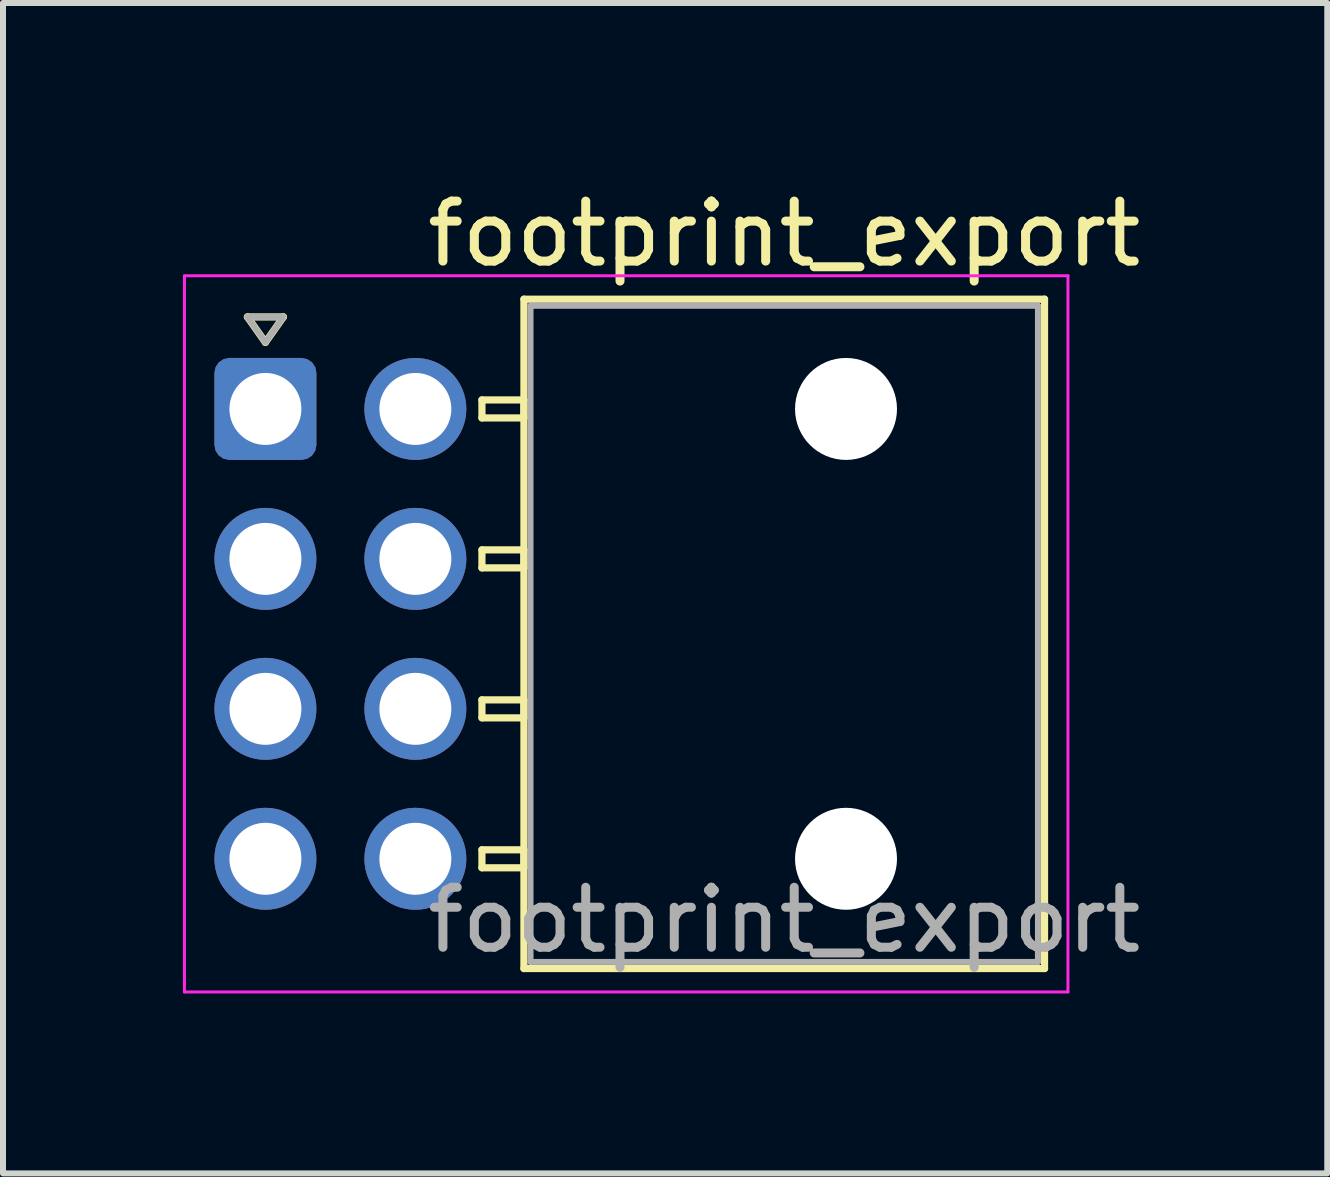
<source format=kicad_pcb>
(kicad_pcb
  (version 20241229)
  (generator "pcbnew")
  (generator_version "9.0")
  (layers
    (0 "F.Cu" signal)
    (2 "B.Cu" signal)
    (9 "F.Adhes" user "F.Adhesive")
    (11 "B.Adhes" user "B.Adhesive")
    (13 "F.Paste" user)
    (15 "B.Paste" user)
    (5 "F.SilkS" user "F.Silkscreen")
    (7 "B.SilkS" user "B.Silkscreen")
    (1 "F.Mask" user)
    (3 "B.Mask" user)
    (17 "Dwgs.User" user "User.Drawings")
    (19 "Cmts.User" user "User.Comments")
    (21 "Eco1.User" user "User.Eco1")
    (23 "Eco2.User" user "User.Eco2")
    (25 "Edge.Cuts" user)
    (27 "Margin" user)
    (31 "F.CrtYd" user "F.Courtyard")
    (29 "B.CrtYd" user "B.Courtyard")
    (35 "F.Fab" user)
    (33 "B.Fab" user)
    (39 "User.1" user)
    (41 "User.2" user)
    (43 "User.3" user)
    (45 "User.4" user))
  (footprint "footprint_export"
    (layer "F.Cu")
    (at 1.375 3.768)
    (property "Reference" "footprint_export" (at 8.65 -2.92 0) (layer "F.SilkS") (effects (font (size 1 1) (thickness 0.15))))
    (attr through_hole)
    (fp_line (start -0.3 -1.534) (end 0 -1.11) (stroke (width 0.12) (type solid)) (layer "F.SilkS"))
    (fp_line (start 0 -1.11) (end 0.3 -1.534) (stroke (width 0.12) (type solid)) (layer "F.SilkS"))
    (fp_line (start 0.3 -1.534) (end -0.3 -1.534) (stroke (width 0.12) (type solid)) (layer "F.SilkS"))
    (fp_line (start 3.61 -0.15) (end 3.61 0.15) (stroke (width 0.12) (type solid)) (layer "F.SilkS"))
    (fp_line (start 3.61 0.15) (end 4.31 0.15) (stroke (width 0.12) (type solid)) (layer "F.SilkS"))
    (fp_line (start 3.61 2.35) (end 3.61 2.65) (stroke (width 0.12) (type solid)) (layer "F.SilkS"))
    (fp_line (start 3.61 2.65) (end 4.31 2.65) (stroke (width 0.12) (type solid)) (layer "F.SilkS"))
    (fp_line (start 3.61 4.85) (end 3.61 5.15) (stroke (width 0.12) (type solid)) (layer "F.SilkS"))
    (fp_line (start 3.61 5.15) (end 4.31 5.15) (stroke (width 0.12) (type solid)) (layer "F.SilkS"))
    (fp_line (start 3.61 7.35) (end 3.61 7.65) (stroke (width 0.12) (type solid)) (layer "F.SilkS"))
    (fp_line (start 3.61 7.65) (end 4.31 7.65) (stroke (width 0.12) (type solid)) (layer "F.SilkS"))
    (fp_line (start 4.31 -1.83) (end 4.31 9.33) (stroke (width 0.12) (type solid)) (layer "F.SilkS"))
    (fp_line (start 4.31 -0.15) (end 3.61 -0.15) (stroke (width 0.12) (type solid)) (layer "F.SilkS"))
    (fp_line (start 4.31 0.15) (end 4.31 -0.15) (stroke (width 0.12) (type solid)) (layer "F.SilkS"))
    (fp_line (start 4.31 2.35) (end 3.61 2.35) (stroke (width 0.12) (type solid)) (layer "F.SilkS"))
    (fp_line (start 4.31 2.65) (end 4.31 2.35) (stroke (width 0.12) (type solid)) (layer "F.SilkS"))
    (fp_line (start 4.31 4.85) (end 3.61 4.85) (stroke (width 0.12) (type solid)) (layer "F.SilkS"))
    (fp_line (start 4.31 5.15) (end 4.31 4.85) (stroke (width 0.12) (type solid)) (layer "F.SilkS"))
    (fp_line (start 4.31 7.35) (end 3.61 7.35) (stroke (width 0.12) (type solid)) (layer "F.SilkS"))
    (fp_line (start 4.31 7.65) (end 4.31 7.35) (stroke (width 0.12) (type solid)) (layer "F.SilkS"))
    (fp_line (start 4.31 9.33) (end 12.99 9.33) (stroke (width 0.12) (type solid)) (layer "F.SilkS"))
    (fp_line (start 12.99 -1.83) (end 4.31 -1.83) (stroke (width 0.12) (type solid)) (layer "F.SilkS"))
    (fp_line (start 12.99 9.33) (end 12.99 -1.83) (stroke (width 0.12) (type solid)) (layer "F.SilkS"))
    (fp_line (start -1.35 -2.22) (end -1.35 9.72) (stroke (width 0.05) (type solid)) (layer "F.CrtYd"))
    (fp_line (start -1.35 9.72) (end 13.38 9.72) (stroke (width 0.05) (type solid)) (layer "F.CrtYd"))
    (fp_line (start 13.38 -2.22) (end -1.35 -2.22) (stroke (width 0.05) (type solid)) (layer "F.CrtYd"))
    (fp_line (start 13.38 9.72) (end 13.38 -2.22) (stroke (width 0.05) (type solid)) (layer "F.CrtYd"))
    (fp_line (start -0.3 -1.534) (end 0 -1.11) (stroke (width 0.1) (type solid)) (layer "F.Fab"))
    (fp_line (start 0 -1.11) (end 0.3 -1.534) (stroke (width 0.1) (type solid)) (layer "F.Fab"))
    (fp_line (start 0.3 -1.534) (end -0.3 -1.534) (stroke (width 0.1) (type solid)) (layer "F.Fab"))
    (fp_line (start 4.42 -1.72) (end 4.42 9.22) (stroke (width 0.1) (type solid)) (layer "F.Fab"))
    (fp_line (start 4.42 9.22) (end 12.88 9.22) (stroke (width 0.1) (type solid)) (layer "F.Fab"))
    (fp_line (start 12.88 -1.72) (end 4.42 -1.72) (stroke (width 0.1) (type solid)) (layer "F.Fab"))
    (fp_line (start 12.88 9.22) (end 12.88 -1.72) (stroke (width 0.1) (type solid)) (layer "F.Fab"))
    (fp_text user "${REFERENCE}" (at 8.65 8.52 0) (layer "F.Fab") (effects (font (size 1 1) (thickness 0.15))))
    (pad "" np_thru_hole circle (at 9.68 0) (size 1.7 1.7) (drill 1.7) (layers "*.Cu" "*.Mask"))
    (pad "" np_thru_hole circle (at 9.68 7.5) (size 1.7 1.7) (drill 1.7) (layers "*.Cu" "*.Mask"))
    (pad "1" thru_hole roundrect (at 0 0) (size 1.7 1.7) (drill 1.2) (layers "*.Cu" "*.Mask") (roundrect_rratio 0.147))
    (pad "2" thru_hole circle (at 0 2.5) (size 1.7 1.7) (drill 1.2) (layers "*.Cu" "*.Mask"))
    (pad "3" thru_hole circle (at 0 5) (size 1.7 1.7) (drill 1.2) (layers "*.Cu" "*.Mask"))
    (pad "4" thru_hole circle (at 0 7.5) (size 1.7 1.7) (drill 1.2) (layers "*.Cu" "*.Mask"))
    (pad "5" thru_hole circle (at 2.5 0) (size 1.7 1.7) (drill 1.2) (layers "*.Cu" "*.Mask"))
    (pad "6" thru_hole circle (at 2.5 2.5) (size 1.7 1.7) (drill 1.2) (layers "*.Cu" "*.Mask"))
    (pad "7" thru_hole circle (at 2.5 5) (size 1.7 1.7) (drill 1.2) (layers "*.Cu" "*.Mask"))
    (pad "8" thru_hole circle (at 2.5 7.5) (size 1.7 1.7) (drill 1.2) (layers "*.Cu" "*.Mask")))
  (gr_rect
    (start -3 -3)
    (end 19.079 16.513)
    (stroke (width 0.1) (type default))
    (fill no)
    (layer "Edge.Cuts")))
</source>
